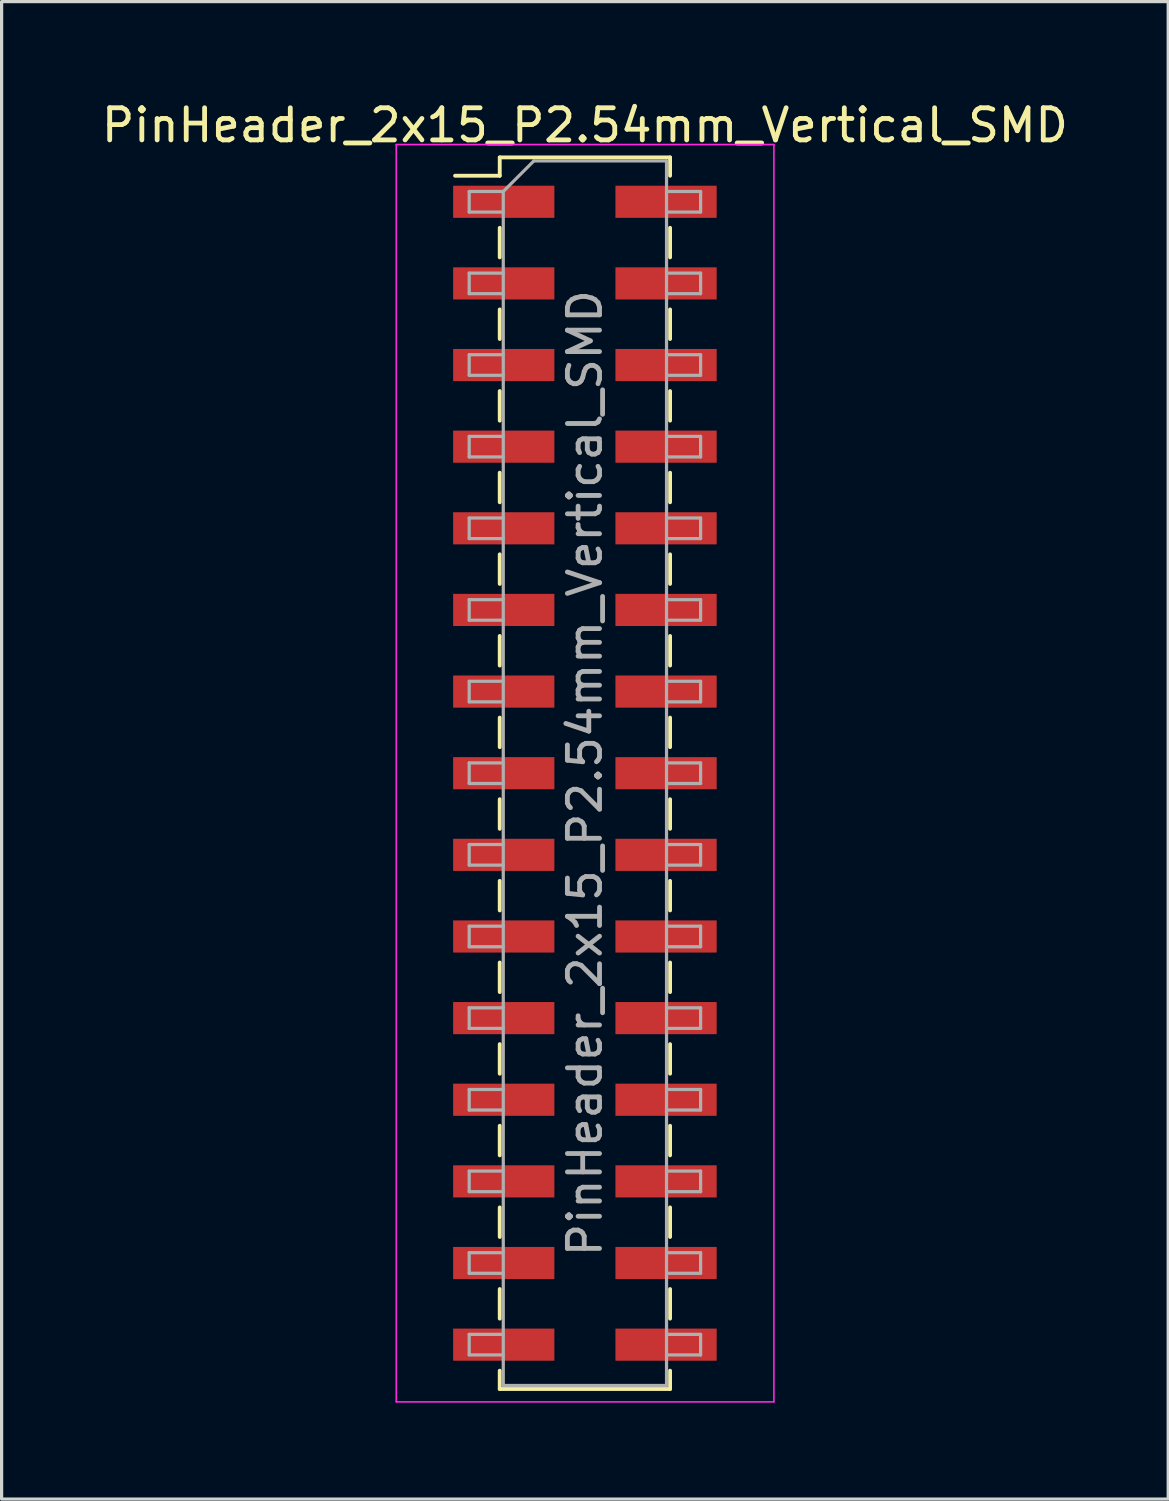
<source format=kicad_pcb>
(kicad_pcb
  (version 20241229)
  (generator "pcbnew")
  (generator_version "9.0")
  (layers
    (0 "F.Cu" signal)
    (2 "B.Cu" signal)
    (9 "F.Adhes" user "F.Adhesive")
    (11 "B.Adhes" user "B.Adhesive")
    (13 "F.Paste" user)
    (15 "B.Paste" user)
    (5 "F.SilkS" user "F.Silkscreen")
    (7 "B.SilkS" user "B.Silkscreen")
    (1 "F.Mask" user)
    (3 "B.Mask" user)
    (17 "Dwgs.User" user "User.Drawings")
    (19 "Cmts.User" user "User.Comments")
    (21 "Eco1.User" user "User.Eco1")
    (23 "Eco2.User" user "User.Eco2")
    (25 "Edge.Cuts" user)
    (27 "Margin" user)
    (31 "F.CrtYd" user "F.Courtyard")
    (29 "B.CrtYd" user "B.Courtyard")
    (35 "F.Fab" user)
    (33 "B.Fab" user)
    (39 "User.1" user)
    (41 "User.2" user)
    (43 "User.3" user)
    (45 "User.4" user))
  (footprint "PinHeader_2x15_P2.54mm_Vertical_SMD"
    (layer "F.Cu")
    (at 15.149 21.008)
    (property "Reference" "PinHeader_2x15_P2.54mm_Vertical_SMD" (at 0 -20.16 0) (layer "F.SilkS") (effects (font (size 1 1) (thickness 0.15))))
    (attr smd)
    (fp_line (start -4.04 -18.59) (end -2.65 -18.59) (stroke (width 0.12) (type solid)) (layer "F.SilkS"))
    (fp_line (start -2.65 -19.16) (end -2.65 -18.59) (stroke (width 0.12) (type solid)) (layer "F.SilkS"))
    (fp_line (start -2.65 -19.16) (end 2.65 -19.16) (stroke (width 0.12) (type solid)) (layer "F.SilkS"))
    (fp_line (start -2.65 -16.97) (end -2.65 -16.05) (stroke (width 0.12) (type solid)) (layer "F.SilkS"))
    (fp_line (start -2.65 -14.43) (end -2.65 -13.51) (stroke (width 0.12) (type solid)) (layer "F.SilkS"))
    (fp_line (start -2.65 -11.89) (end -2.65 -10.97) (stroke (width 0.12) (type solid)) (layer "F.SilkS"))
    (fp_line (start -2.65 -9.35) (end -2.65 -8.43) (stroke (width 0.12) (type solid)) (layer "F.SilkS"))
    (fp_line (start -2.65 -6.81) (end -2.65 -5.89) (stroke (width 0.12) (type solid)) (layer "F.SilkS"))
    (fp_line (start -2.65 -4.27) (end -2.65 -3.35) (stroke (width 0.12) (type solid)) (layer "F.SilkS"))
    (fp_line (start -2.65 -1.73) (end -2.65 -0.81) (stroke (width 0.12) (type solid)) (layer "F.SilkS"))
    (fp_line (start -2.65 0.81) (end -2.65 1.73) (stroke (width 0.12) (type solid)) (layer "F.SilkS"))
    (fp_line (start -2.65 3.35) (end -2.65 4.27) (stroke (width 0.12) (type solid)) (layer "F.SilkS"))
    (fp_line (start -2.65 5.89) (end -2.65 6.81) (stroke (width 0.12) (type solid)) (layer "F.SilkS"))
    (fp_line (start -2.65 8.43) (end -2.65 9.35) (stroke (width 0.12) (type solid)) (layer "F.SilkS"))
    (fp_line (start -2.65 10.97) (end -2.65 11.89) (stroke (width 0.12) (type solid)) (layer "F.SilkS"))
    (fp_line (start -2.65 13.51) (end -2.65 14.43) (stroke (width 0.12) (type solid)) (layer "F.SilkS"))
    (fp_line (start -2.65 16.05) (end -2.65 16.97) (stroke (width 0.12) (type solid)) (layer "F.SilkS"))
    (fp_line (start -2.65 18.59) (end -2.65 19.16) (stroke (width 0.12) (type solid)) (layer "F.SilkS"))
    (fp_line (start -2.65 19.16) (end 2.65 19.16) (stroke (width 0.12) (type solid)) (layer "F.SilkS"))
    (fp_line (start 2.65 -19.16) (end 2.65 -18.59) (stroke (width 0.12) (type solid)) (layer "F.SilkS"))
    (fp_line (start 2.65 -16.97) (end 2.65 -16.05) (stroke (width 0.12) (type solid)) (layer "F.SilkS"))
    (fp_line (start 2.65 -14.43) (end 2.65 -13.51) (stroke (width 0.12) (type solid)) (layer "F.SilkS"))
    (fp_line (start 2.65 -11.89) (end 2.65 -10.97) (stroke (width 0.12) (type solid)) (layer "F.SilkS"))
    (fp_line (start 2.65 -9.35) (end 2.65 -8.43) (stroke (width 0.12) (type solid)) (layer "F.SilkS"))
    (fp_line (start 2.65 -6.81) (end 2.65 -5.89) (stroke (width 0.12) (type solid)) (layer "F.SilkS"))
    (fp_line (start 2.65 -4.27) (end 2.65 -3.35) (stroke (width 0.12) (type solid)) (layer "F.SilkS"))
    (fp_line (start 2.65 -1.73) (end 2.65 -0.81) (stroke (width 0.12) (type solid)) (layer "F.SilkS"))
    (fp_line (start 2.65 0.81) (end 2.65 1.73) (stroke (width 0.12) (type solid)) (layer "F.SilkS"))
    (fp_line (start 2.65 3.35) (end 2.65 4.27) (stroke (width 0.12) (type solid)) (layer "F.SilkS"))
    (fp_line (start 2.65 5.89) (end 2.65 6.81) (stroke (width 0.12) (type solid)) (layer "F.SilkS"))
    (fp_line (start 2.65 8.43) (end 2.65 9.35) (stroke (width 0.12) (type solid)) (layer "F.SilkS"))
    (fp_line (start 2.65 10.97) (end 2.65 11.89) (stroke (width 0.12) (type solid)) (layer "F.SilkS"))
    (fp_line (start 2.65 13.51) (end 2.65 14.43) (stroke (width 0.12) (type solid)) (layer "F.SilkS"))
    (fp_line (start 2.65 16.05) (end 2.65 16.97) (stroke (width 0.12) (type solid)) (layer "F.SilkS"))
    (fp_line (start 2.65 18.59) (end 2.65 19.16) (stroke (width 0.12) (type solid)) (layer "F.SilkS"))
    (fp_line (start -5.87 -19.56) (end -5.87 19.56) (stroke (width 0.05) (type solid)) (layer "F.CrtYd"))
    (fp_line (start -5.87 19.56) (end 5.88 19.56) (stroke (width 0.05) (type solid)) (layer "F.CrtYd"))
    (fp_line (start 5.88 -19.56) (end -5.87 -19.56) (stroke (width 0.05) (type solid)) (layer "F.CrtYd"))
    (fp_line (start 5.88 19.56) (end 5.88 -19.56) (stroke (width 0.05) (type solid)) (layer "F.CrtYd"))
    (fp_line (start -3.6 -18.1) (end -3.6 -17.46) (stroke (width 0.1) (type solid)) (layer "F.Fab"))
    (fp_line (start -3.6 -17.46) (end -2.54 -17.46) (stroke (width 0.1) (type solid)) (layer "F.Fab"))
    (fp_line (start -3.6 -15.56) (end -3.6 -14.92) (stroke (width 0.1) (type solid)) (layer "F.Fab"))
    (fp_line (start -3.6 -14.92) (end -2.54 -14.92) (stroke (width 0.1) (type solid)) (layer "F.Fab"))
    (fp_line (start -3.6 -13.02) (end -3.6 -12.38) (stroke (width 0.1) (type solid)) (layer "F.Fab"))
    (fp_line (start -3.6 -12.38) (end -2.54 -12.38) (stroke (width 0.1) (type solid)) (layer "F.Fab"))
    (fp_line (start -3.6 -10.48) (end -3.6 -9.84) (stroke (width 0.1) (type solid)) (layer "F.Fab"))
    (fp_line (start -3.6 -9.84) (end -2.54 -9.84) (stroke (width 0.1) (type solid)) (layer "F.Fab"))
    (fp_line (start -3.6 -7.94) (end -3.6 -7.3) (stroke (width 0.1) (type solid)) (layer "F.Fab"))
    (fp_line (start -3.6 -7.3) (end -2.54 -7.3) (stroke (width 0.1) (type solid)) (layer "F.Fab"))
    (fp_line (start -3.6 -5.4) (end -3.6 -4.76) (stroke (width 0.1) (type solid)) (layer "F.Fab"))
    (fp_line (start -3.6 -4.76) (end -2.54 -4.76) (stroke (width 0.1) (type solid)) (layer "F.Fab"))
    (fp_line (start -3.6 -2.86) (end -3.6 -2.22) (stroke (width 0.1) (type solid)) (layer "F.Fab"))
    (fp_line (start -3.6 -2.22) (end -2.54 -2.22) (stroke (width 0.1) (type solid)) (layer "F.Fab"))
    (fp_line (start -3.6 -0.32) (end -3.6 0.32) (stroke (width 0.1) (type solid)) (layer "F.Fab"))
    (fp_line (start -3.6 0.32) (end -2.54 0.32) (stroke (width 0.1) (type solid)) (layer "F.Fab"))
    (fp_line (start -3.6 2.22) (end -3.6 2.86) (stroke (width 0.1) (type solid)) (layer "F.Fab"))
    (fp_line (start -3.6 2.86) (end -2.54 2.86) (stroke (width 0.1) (type solid)) (layer "F.Fab"))
    (fp_line (start -3.6 4.76) (end -3.6 5.4) (stroke (width 0.1) (type solid)) (layer "F.Fab"))
    (fp_line (start -3.6 5.4) (end -2.54 5.4) (stroke (width 0.1) (type solid)) (layer "F.Fab"))
    (fp_line (start -3.6 7.3) (end -3.6 7.94) (stroke (width 0.1) (type solid)) (layer "F.Fab"))
    (fp_line (start -3.6 7.94) (end -2.54 7.94) (stroke (width 0.1) (type solid)) (layer "F.Fab"))
    (fp_line (start -3.6 9.84) (end -3.6 10.48) (stroke (width 0.1) (type solid)) (layer "F.Fab"))
    (fp_line (start -3.6 10.48) (end -2.54 10.48) (stroke (width 0.1) (type solid)) (layer "F.Fab"))
    (fp_line (start -3.6 12.38) (end -3.6 13.02) (stroke (width 0.1) (type solid)) (layer "F.Fab"))
    (fp_line (start -3.6 13.02) (end -2.54 13.02) (stroke (width 0.1) (type solid)) (layer "F.Fab"))
    (fp_line (start -3.6 14.92) (end -3.6 15.56) (stroke (width 0.1) (type solid)) (layer "F.Fab"))
    (fp_line (start -3.6 15.56) (end -2.54 15.56) (stroke (width 0.1) (type solid)) (layer "F.Fab"))
    (fp_line (start -3.6 17.46) (end -3.6 18.1) (stroke (width 0.1) (type solid)) (layer "F.Fab"))
    (fp_line (start -3.6 18.1) (end -2.54 18.1) (stroke (width 0.1) (type solid)) (layer "F.Fab"))
    (fp_line (start -2.54 -18.1) (end -3.6 -18.1) (stroke (width 0.1) (type solid)) (layer "F.Fab"))
    (fp_line (start -2.54 -18.1) (end -1.59 -19.05) (stroke (width 0.1) (type solid)) (layer "F.Fab"))
    (fp_line (start -2.54 -15.56) (end -3.6 -15.56) (stroke (width 0.1) (type solid)) (layer "F.Fab"))
    (fp_line (start -2.54 -13.02) (end -3.6 -13.02) (stroke (width 0.1) (type solid)) (layer "F.Fab"))
    (fp_line (start -2.54 -10.48) (end -3.6 -10.48) (stroke (width 0.1) (type solid)) (layer "F.Fab"))
    (fp_line (start -2.54 -7.94) (end -3.6 -7.94) (stroke (width 0.1) (type solid)) (layer "F.Fab"))
    (fp_line (start -2.54 -5.4) (end -3.6 -5.4) (stroke (width 0.1) (type solid)) (layer "F.Fab"))
    (fp_line (start -2.54 -2.86) (end -3.6 -2.86) (stroke (width 0.1) (type solid)) (layer "F.Fab"))
    (fp_line (start -2.54 -0.32) (end -3.6 -0.32) (stroke (width 0.1) (type solid)) (layer "F.Fab"))
    (fp_line (start -2.54 2.22) (end -3.6 2.22) (stroke (width 0.1) (type solid)) (layer "F.Fab"))
    (fp_line (start -2.54 4.76) (end -3.6 4.76) (stroke (width 0.1) (type solid)) (layer "F.Fab"))
    (fp_line (start -2.54 7.3) (end -3.6 7.3) (stroke (width 0.1) (type solid)) (layer "F.Fab"))
    (fp_line (start -2.54 9.84) (end -3.6 9.84) (stroke (width 0.1) (type solid)) (layer "F.Fab"))
    (fp_line (start -2.54 12.38) (end -3.6 12.38) (stroke (width 0.1) (type solid)) (layer "F.Fab"))
    (fp_line (start -2.54 14.92) (end -3.6 14.92) (stroke (width 0.1) (type solid)) (layer "F.Fab"))
    (fp_line (start -2.54 17.46) (end -3.6 17.46) (stroke (width 0.1) (type solid)) (layer "F.Fab"))
    (fp_line (start -2.54 19.05) (end -2.54 -18.1) (stroke (width 0.1) (type solid)) (layer "F.Fab"))
    (fp_line (start -1.59 -19.05) (end 2.54 -19.05) (stroke (width 0.1) (type solid)) (layer "F.Fab"))
    (fp_line (start 2.54 -19.05) (end 2.54 19.05) (stroke (width 0.1) (type solid)) (layer "F.Fab"))
    (fp_line (start 2.54 -18.1) (end 3.6 -18.1) (stroke (width 0.1) (type solid)) (layer "F.Fab"))
    (fp_line (start 2.54 -15.56) (end 3.6 -15.56) (stroke (width 0.1) (type solid)) (layer "F.Fab"))
    (fp_line (start 2.54 -13.02) (end 3.6 -13.02) (stroke (width 0.1) (type solid)) (layer "F.Fab"))
    (fp_line (start 2.54 -10.48) (end 3.6 -10.48) (stroke (width 0.1) (type solid)) (layer "F.Fab"))
    (fp_line (start 2.54 -7.94) (end 3.6 -7.94) (stroke (width 0.1) (type solid)) (layer "F.Fab"))
    (fp_line (start 2.54 -5.4) (end 3.6 -5.4) (stroke (width 0.1) (type solid)) (layer "F.Fab"))
    (fp_line (start 2.54 -2.86) (end 3.6 -2.86) (stroke (width 0.1) (type solid)) (layer "F.Fab"))
    (fp_line (start 2.54 -0.32) (end 3.6 -0.32) (stroke (width 0.1) (type solid)) (layer "F.Fab"))
    (fp_line (start 2.54 2.22) (end 3.6 2.22) (stroke (width 0.1) (type solid)) (layer "F.Fab"))
    (fp_line (start 2.54 4.76) (end 3.6 4.76) (stroke (width 0.1) (type solid)) (layer "F.Fab"))
    (fp_line (start 2.54 7.3) (end 3.6 7.3) (stroke (width 0.1) (type solid)) (layer "F.Fab"))
    (fp_line (start 2.54 9.84) (end 3.6 9.84) (stroke (width 0.1) (type solid)) (layer "F.Fab"))
    (fp_line (start 2.54 12.38) (end 3.6 12.38) (stroke (width 0.1) (type solid)) (layer "F.Fab"))
    (fp_line (start 2.54 14.92) (end 3.6 14.92) (stroke (width 0.1) (type solid)) (layer "F.Fab"))
    (fp_line (start 2.54 17.46) (end 3.6 17.46) (stroke (width 0.1) (type solid)) (layer "F.Fab"))
    (fp_line (start 2.54 19.05) (end -2.54 19.05) (stroke (width 0.1) (type solid)) (layer "F.Fab"))
    (fp_line (start 3.6 -18.1) (end 3.6 -17.46) (stroke (width 0.1) (type solid)) (layer "F.Fab"))
    (fp_line (start 3.6 -17.46) (end 2.54 -17.46) (stroke (width 0.1) (type solid)) (layer "F.Fab"))
    (fp_line (start 3.6 -15.56) (end 3.6 -14.92) (stroke (width 0.1) (type solid)) (layer "F.Fab"))
    (fp_line (start 3.6 -14.92) (end 2.54 -14.92) (stroke (width 0.1) (type solid)) (layer "F.Fab"))
    (fp_line (start 3.6 -13.02) (end 3.6 -12.38) (stroke (width 0.1) (type solid)) (layer "F.Fab"))
    (fp_line (start 3.6 -12.38) (end 2.54 -12.38) (stroke (width 0.1) (type solid)) (layer "F.Fab"))
    (fp_line (start 3.6 -10.48) (end 3.6 -9.84) (stroke (width 0.1) (type solid)) (layer "F.Fab"))
    (fp_line (start 3.6 -9.84) (end 2.54 -9.84) (stroke (width 0.1) (type solid)) (layer "F.Fab"))
    (fp_line (start 3.6 -7.94) (end 3.6 -7.3) (stroke (width 0.1) (type solid)) (layer "F.Fab"))
    (fp_line (start 3.6 -7.3) (end 2.54 -7.3) (stroke (width 0.1) (type solid)) (layer "F.Fab"))
    (fp_line (start 3.6 -5.4) (end 3.6 -4.76) (stroke (width 0.1) (type solid)) (layer "F.Fab"))
    (fp_line (start 3.6 -4.76) (end 2.54 -4.76) (stroke (width 0.1) (type solid)) (layer "F.Fab"))
    (fp_line (start 3.6 -2.86) (end 3.6 -2.22) (stroke (width 0.1) (type solid)) (layer "F.Fab"))
    (fp_line (start 3.6 -2.22) (end 2.54 -2.22) (stroke (width 0.1) (type solid)) (layer "F.Fab"))
    (fp_line (start 3.6 -0.32) (end 3.6 0.32) (stroke (width 0.1) (type solid)) (layer "F.Fab"))
    (fp_line (start 3.6 0.32) (end 2.54 0.32) (stroke (width 0.1) (type solid)) (layer "F.Fab"))
    (fp_line (start 3.6 2.22) (end 3.6 2.86) (stroke (width 0.1) (type solid)) (layer "F.Fab"))
    (fp_line (start 3.6 2.86) (end 2.54 2.86) (stroke (width 0.1) (type solid)) (layer "F.Fab"))
    (fp_line (start 3.6 4.76) (end 3.6 5.4) (stroke (width 0.1) (type solid)) (layer "F.Fab"))
    (fp_line (start 3.6 5.4) (end 2.54 5.4) (stroke (width 0.1) (type solid)) (layer "F.Fab"))
    (fp_line (start 3.6 7.3) (end 3.6 7.94) (stroke (width 0.1) (type solid)) (layer "F.Fab"))
    (fp_line (start 3.6 7.94) (end 2.54 7.94) (stroke (width 0.1) (type solid)) (layer "F.Fab"))
    (fp_line (start 3.6 9.84) (end 3.6 10.48) (stroke (width 0.1) (type solid)) (layer "F.Fab"))
    (fp_line (start 3.6 10.48) (end 2.54 10.48) (stroke (width 0.1) (type solid)) (layer "F.Fab"))
    (fp_line (start 3.6 12.38) (end 3.6 13.02) (stroke (width 0.1) (type solid)) (layer "F.Fab"))
    (fp_line (start 3.6 13.02) (end 2.54 13.02) (stroke (width 0.1) (type solid)) (layer "F.Fab"))
    (fp_line (start 3.6 14.92) (end 3.6 15.56) (stroke (width 0.1) (type solid)) (layer "F.Fab"))
    (fp_line (start 3.6 15.56) (end 2.54 15.56) (stroke (width 0.1) (type solid)) (layer "F.Fab"))
    (fp_line (start 3.6 17.46) (end 3.6 18.1) (stroke (width 0.1) (type solid)) (layer "F.Fab"))
    (fp_line (start 3.6 18.1) (end 2.54 18.1) (stroke (width 0.1) (type solid)) (layer "F.Fab"))
    (fp_text user "${REFERENCE}" (at 0 0 90) (layer "F.Fab") (effects (font (size 1 1) (thickness 0.15))))
    (pad "1" smd rect (at -2.525 -17.78) (size 3.15 1) (layers "F.Cu" "F.Mask" "F.Paste"))
    (pad "2" smd rect (at 2.525 -17.78) (size 3.15 1) (layers "F.Cu" "F.Mask" "F.Paste"))
    (pad "3" smd rect (at -2.525 -15.24) (size 3.15 1) (layers "F.Cu" "F.Mask" "F.Paste"))
    (pad "4" smd rect (at 2.525 -15.24) (size 3.15 1) (layers "F.Cu" "F.Mask" "F.Paste"))
    (pad "5" smd rect (at -2.525 -12.7) (size 3.15 1) (layers "F.Cu" "F.Mask" "F.Paste"))
    (pad "6" smd rect (at 2.525 -12.7) (size 3.15 1) (layers "F.Cu" "F.Mask" "F.Paste"))
    (pad "7" smd rect (at -2.525 -10.16) (size 3.15 1) (layers "F.Cu" "F.Mask" "F.Paste"))
    (pad "8" smd rect (at 2.525 -10.16) (size 3.15 1) (layers "F.Cu" "F.Mask" "F.Paste"))
    (pad "9" smd rect (at -2.525 -7.62) (size 3.15 1) (layers "F.Cu" "F.Mask" "F.Paste"))
    (pad "10" smd rect (at 2.525 -7.62) (size 3.15 1) (layers "F.Cu" "F.Mask" "F.Paste"))
    (pad "11" smd rect (at -2.525 -5.08) (size 3.15 1) (layers "F.Cu" "F.Mask" "F.Paste"))
    (pad "12" smd rect (at 2.525 -5.08) (size 3.15 1) (layers "F.Cu" "F.Mask" "F.Paste"))
    (pad "13" smd rect (at -2.525 -2.54) (size 3.15 1) (layers "F.Cu" "F.Mask" "F.Paste"))
    (pad "14" smd rect (at 2.525 -2.54) (size 3.15 1) (layers "F.Cu" "F.Mask" "F.Paste"))
    (pad "15" smd rect (at -2.525 0) (size 3.15 1) (layers "F.Cu" "F.Mask" "F.Paste"))
    (pad "16" smd rect (at 2.525 0) (size 3.15 1) (layers "F.Cu" "F.Mask" "F.Paste"))
    (pad "17" smd rect (at -2.525 2.54) (size 3.15 1) (layers "F.Cu" "F.Mask" "F.Paste"))
    (pad "18" smd rect (at 2.525 2.54) (size 3.15 1) (layers "F.Cu" "F.Mask" "F.Paste"))
    (pad "19" smd rect (at -2.525 5.08) (size 3.15 1) (layers "F.Cu" "F.Mask" "F.Paste"))
    (pad "20" smd rect (at 2.525 5.08) (size 3.15 1) (layers "F.Cu" "F.Mask" "F.Paste"))
    (pad "21" smd rect (at -2.525 7.62) (size 3.15 1) (layers "F.Cu" "F.Mask" "F.Paste"))
    (pad "22" smd rect (at 2.525 7.62) (size 3.15 1) (layers "F.Cu" "F.Mask" "F.Paste"))
    (pad "23" smd rect (at -2.525 10.16) (size 3.15 1) (layers "F.Cu" "F.Mask" "F.Paste"))
    (pad "24" smd rect (at 2.525 10.16) (size 3.15 1) (layers "F.Cu" "F.Mask" "F.Paste"))
    (pad "25" smd rect (at -2.525 12.7) (size 3.15 1) (layers "F.Cu" "F.Mask" "F.Paste"))
    (pad "26" smd rect (at 2.525 12.7) (size 3.15 1) (layers "F.Cu" "F.Mask" "F.Paste"))
    (pad "27" smd rect (at -2.525 15.24) (size 3.15 1) (layers "F.Cu" "F.Mask" "F.Paste"))
    (pad "28" smd rect (at 2.525 15.24) (size 3.15 1) (layers "F.Cu" "F.Mask" "F.Paste"))
    (pad "29" smd rect (at -2.525 17.78) (size 3.15 1) (layers "F.Cu" "F.Mask" "F.Paste"))
    (pad "30" smd rect (at 2.525 17.78) (size 3.15 1) (layers "F.Cu" "F.Mask" "F.Paste")))
  (gr_rect
    (start -3 -3)
    (end 33.298 43.593)
    (stroke (width 0.1) (type default))
    (fill no)
    (layer "Edge.Cuts")))
</source>
